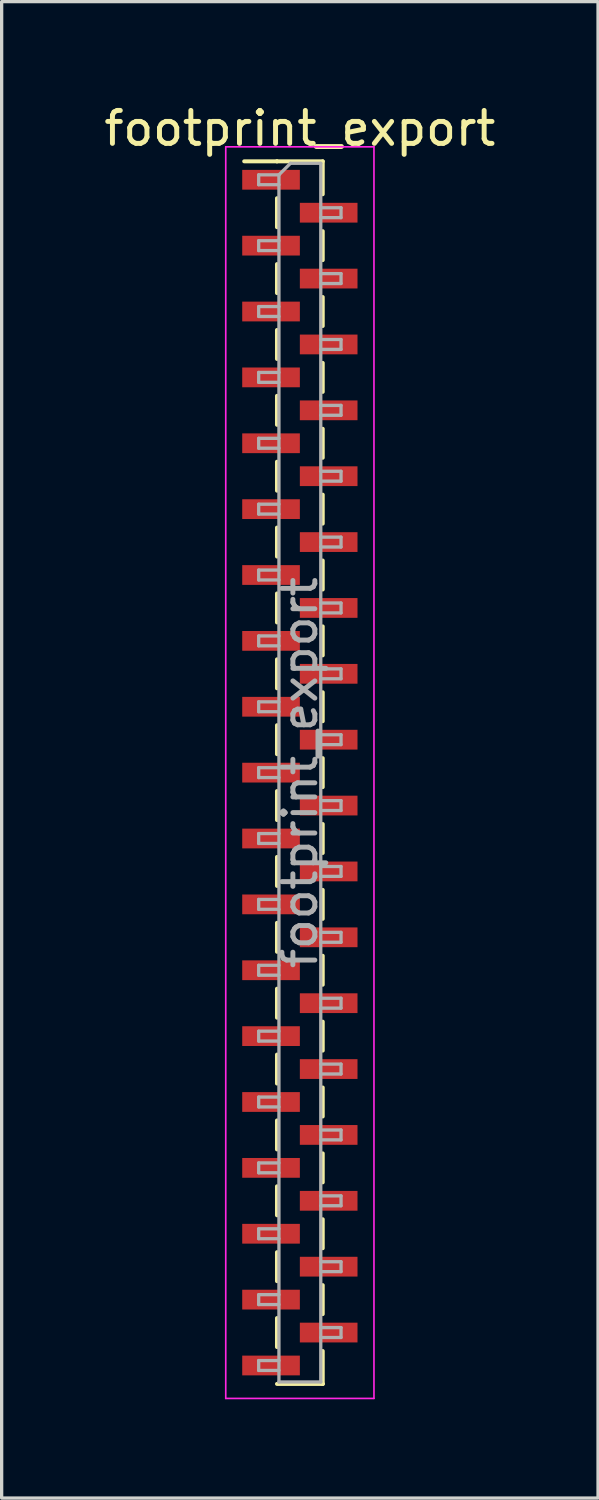
<source format=kicad_pcb>
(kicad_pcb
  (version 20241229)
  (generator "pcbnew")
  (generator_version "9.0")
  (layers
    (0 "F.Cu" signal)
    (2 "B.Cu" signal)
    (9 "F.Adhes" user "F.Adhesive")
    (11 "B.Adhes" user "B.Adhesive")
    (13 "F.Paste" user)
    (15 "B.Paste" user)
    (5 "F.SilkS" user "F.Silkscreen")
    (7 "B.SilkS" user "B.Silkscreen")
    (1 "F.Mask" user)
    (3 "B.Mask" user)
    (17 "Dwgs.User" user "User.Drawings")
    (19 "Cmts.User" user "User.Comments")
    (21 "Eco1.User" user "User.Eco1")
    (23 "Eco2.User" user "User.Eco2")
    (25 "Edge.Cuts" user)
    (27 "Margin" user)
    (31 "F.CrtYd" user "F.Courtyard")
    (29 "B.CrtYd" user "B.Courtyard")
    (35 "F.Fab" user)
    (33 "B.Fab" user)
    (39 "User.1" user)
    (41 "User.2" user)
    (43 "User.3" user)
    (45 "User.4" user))
  (footprint "footprint_export"
    (layer "F.Cu")
    (at 6.054 20.408)
    (property "Reference" "footprint_export" (at 0 -19.56 0) (layer "F.SilkS") (effects (font (size 1 1) (thickness 0.15))))
    (attr smd)
    (fp_line (start -0.695 -18.56) (end -1.69 -18.56) (stroke (width 0.12) (type solid)) (layer "F.SilkS"))
    (fp_line (start -0.695 -18.56) (end -0.695 -18.56) (stroke (width 0.12) (type solid)) (layer "F.SilkS"))
    (fp_line (start -0.695 -18.56) (end 0.695 -18.56) (stroke (width 0.12) (type solid)) (layer "F.SilkS"))
    (fp_line (start -0.695 -17.44) (end -0.695 -16.56) (stroke (width 0.12) (type solid)) (layer "F.SilkS"))
    (fp_line (start -0.695 -15.44) (end -0.695 -14.56) (stroke (width 0.12) (type solid)) (layer "F.SilkS"))
    (fp_line (start -0.695 -13.44) (end -0.695 -12.56) (stroke (width 0.12) (type solid)) (layer "F.SilkS"))
    (fp_line (start -0.695 -11.44) (end -0.695 -10.56) (stroke (width 0.12) (type solid)) (layer "F.SilkS"))
    (fp_line (start -0.695 -9.44) (end -0.695 -8.56) (stroke (width 0.12) (type solid)) (layer "F.SilkS"))
    (fp_line (start -0.695 -7.44) (end -0.695 -6.56) (stroke (width 0.12) (type solid)) (layer "F.SilkS"))
    (fp_line (start -0.695 -5.44) (end -0.695 -4.56) (stroke (width 0.12) (type solid)) (layer "F.SilkS"))
    (fp_line (start -0.695 -3.44) (end -0.695 -2.56) (stroke (width 0.12) (type solid)) (layer "F.SilkS"))
    (fp_line (start -0.695 -1.44) (end -0.695 -0.56) (stroke (width 0.12) (type solid)) (layer "F.SilkS"))
    (fp_line (start -0.695 0.56) (end -0.695 1.44) (stroke (width 0.12) (type solid)) (layer "F.SilkS"))
    (fp_line (start -0.695 2.56) (end -0.695 3.44) (stroke (width 0.12) (type solid)) (layer "F.SilkS"))
    (fp_line (start -0.695 4.56) (end -0.695 5.44) (stroke (width 0.12) (type solid)) (layer "F.SilkS"))
    (fp_line (start -0.695 6.56) (end -0.695 7.44) (stroke (width 0.12) (type solid)) (layer "F.SilkS"))
    (fp_line (start -0.695 8.56) (end -0.695 9.44) (stroke (width 0.12) (type solid)) (layer "F.SilkS"))
    (fp_line (start -0.695 10.56) (end -0.695 11.44) (stroke (width 0.12) (type solid)) (layer "F.SilkS"))
    (fp_line (start -0.695 12.56) (end -0.695 13.44) (stroke (width 0.12) (type solid)) (layer "F.SilkS"))
    (fp_line (start -0.695 14.56) (end -0.695 15.44) (stroke (width 0.12) (type solid)) (layer "F.SilkS"))
    (fp_line (start -0.695 16.56) (end -0.695 17.44) (stroke (width 0.12) (type solid)) (layer "F.SilkS"))
    (fp_line (start -0.695 18.56) (end 0.695 18.56) (stroke (width 0.12) (type solid)) (layer "F.SilkS"))
    (fp_line (start 0.695 -18.56) (end 0.695 -17.56) (stroke (width 0.12) (type solid)) (layer "F.SilkS"))
    (fp_line (start 0.695 -16.44) (end 0.695 -15.56) (stroke (width 0.12) (type solid)) (layer "F.SilkS"))
    (fp_line (start 0.695 -14.44) (end 0.695 -13.56) (stroke (width 0.12) (type solid)) (layer "F.SilkS"))
    (fp_line (start 0.695 -12.44) (end 0.695 -11.56) (stroke (width 0.12) (type solid)) (layer "F.SilkS"))
    (fp_line (start 0.695 -10.44) (end 0.695 -9.56) (stroke (width 0.12) (type solid)) (layer "F.SilkS"))
    (fp_line (start 0.695 -8.44) (end 0.695 -7.56) (stroke (width 0.12) (type solid)) (layer "F.SilkS"))
    (fp_line (start 0.695 -6.44) (end 0.695 -5.56) (stroke (width 0.12) (type solid)) (layer "F.SilkS"))
    (fp_line (start 0.695 -4.44) (end 0.695 -3.56) (stroke (width 0.12) (type solid)) (layer "F.SilkS"))
    (fp_line (start 0.695 -2.44) (end 0.695 -1.56) (stroke (width 0.12) (type solid)) (layer "F.SilkS"))
    (fp_line (start 0.695 -0.44) (end 0.695 0.44) (stroke (width 0.12) (type solid)) (layer "F.SilkS"))
    (fp_line (start 0.695 1.56) (end 0.695 2.44) (stroke (width 0.12) (type solid)) (layer "F.SilkS"))
    (fp_line (start 0.695 3.56) (end 0.695 4.44) (stroke (width 0.12) (type solid)) (layer "F.SilkS"))
    (fp_line (start 0.695 5.56) (end 0.695 6.44) (stroke (width 0.12) (type solid)) (layer "F.SilkS"))
    (fp_line (start 0.695 7.56) (end 0.695 8.44) (stroke (width 0.12) (type solid)) (layer "F.SilkS"))
    (fp_line (start 0.695 9.56) (end 0.695 10.44) (stroke (width 0.12) (type solid)) (layer "F.SilkS"))
    (fp_line (start 0.695 11.56) (end 0.695 12.44) (stroke (width 0.12) (type solid)) (layer "F.SilkS"))
    (fp_line (start 0.695 13.56) (end 0.695 14.44) (stroke (width 0.12) (type solid)) (layer "F.SilkS"))
    (fp_line (start 0.695 15.56) (end 0.695 16.44) (stroke (width 0.12) (type solid)) (layer "F.SilkS"))
    (fp_line (start 0.695 17.56) (end 0.695 18.56) (stroke (width 0.12) (type solid)) (layer "F.SilkS"))
    (fp_line (start 0.695 18.56) (end 0.695 18.56) (stroke (width 0.12) (type solid)) (layer "F.SilkS"))
    (fp_line (start -2.25 -19) (end -2.25 19) (stroke (width 0.05) (type solid)) (layer "F.CrtYd"))
    (fp_line (start -2.25 19) (end 2.25 19) (stroke (width 0.05) (type solid)) (layer "F.CrtYd"))
    (fp_line (start 2.25 -19) (end -2.25 -19) (stroke (width 0.05) (type solid)) (layer "F.CrtYd"))
    (fp_line (start 2.25 19) (end 2.25 -19) (stroke (width 0.05) (type solid)) (layer "F.CrtYd"))
    (fp_line (start -1.25 -18.15) (end -1.25 -17.85) (stroke (width 0.1) (type solid)) (layer "F.Fab"))
    (fp_line (start -1.25 -17.85) (end -0.635 -17.85) (stroke (width 0.1) (type solid)) (layer "F.Fab"))
    (fp_line (start -1.25 -16.15) (end -1.25 -15.85) (stroke (width 0.1) (type solid)) (layer "F.Fab"))
    (fp_line (start -1.25 -15.85) (end -0.635 -15.85) (stroke (width 0.1) (type solid)) (layer "F.Fab"))
    (fp_line (start -1.25 -14.15) (end -1.25 -13.85) (stroke (width 0.1) (type solid)) (layer "F.Fab"))
    (fp_line (start -1.25 -13.85) (end -0.635 -13.85) (stroke (width 0.1) (type solid)) (layer "F.Fab"))
    (fp_line (start -1.25 -12.15) (end -1.25 -11.85) (stroke (width 0.1) (type solid)) (layer "F.Fab"))
    (fp_line (start -1.25 -11.85) (end -0.635 -11.85) (stroke (width 0.1) (type solid)) (layer "F.Fab"))
    (fp_line (start -1.25 -10.15) (end -1.25 -9.85) (stroke (width 0.1) (type solid)) (layer "F.Fab"))
    (fp_line (start -1.25 -9.85) (end -0.635 -9.85) (stroke (width 0.1) (type solid)) (layer "F.Fab"))
    (fp_line (start -1.25 -8.15) (end -1.25 -7.85) (stroke (width 0.1) (type solid)) (layer "F.Fab"))
    (fp_line (start -1.25 -7.85) (end -0.635 -7.85) (stroke (width 0.1) (type solid)) (layer "F.Fab"))
    (fp_line (start -1.25 -6.15) (end -1.25 -5.85) (stroke (width 0.1) (type solid)) (layer "F.Fab"))
    (fp_line (start -1.25 -5.85) (end -0.635 -5.85) (stroke (width 0.1) (type solid)) (layer "F.Fab"))
    (fp_line (start -1.25 -4.15) (end -1.25 -3.85) (stroke (width 0.1) (type solid)) (layer "F.Fab"))
    (fp_line (start -1.25 -3.85) (end -0.635 -3.85) (stroke (width 0.1) (type solid)) (layer "F.Fab"))
    (fp_line (start -1.25 -2.15) (end -1.25 -1.85) (stroke (width 0.1) (type solid)) (layer "F.Fab"))
    (fp_line (start -1.25 -1.85) (end -0.635 -1.85) (stroke (width 0.1) (type solid)) (layer "F.Fab"))
    (fp_line (start -1.25 -0.15) (end -1.25 0.15) (stroke (width 0.1) (type solid)) (layer "F.Fab"))
    (fp_line (start -1.25 0.15) (end -0.635 0.15) (stroke (width 0.1) (type solid)) (layer "F.Fab"))
    (fp_line (start -1.25 1.85) (end -1.25 2.15) (stroke (width 0.1) (type solid)) (layer "F.Fab"))
    (fp_line (start -1.25 2.15) (end -0.635 2.15) (stroke (width 0.1) (type solid)) (layer "F.Fab"))
    (fp_line (start -1.25 3.85) (end -1.25 4.15) (stroke (width 0.1) (type solid)) (layer "F.Fab"))
    (fp_line (start -1.25 4.15) (end -0.635 4.15) (stroke (width 0.1) (type solid)) (layer "F.Fab"))
    (fp_line (start -1.25 5.85) (end -1.25 6.15) (stroke (width 0.1) (type solid)) (layer "F.Fab"))
    (fp_line (start -1.25 6.15) (end -0.635 6.15) (stroke (width 0.1) (type solid)) (layer "F.Fab"))
    (fp_line (start -1.25 7.85) (end -1.25 8.15) (stroke (width 0.1) (type solid)) (layer "F.Fab"))
    (fp_line (start -1.25 8.15) (end -0.635 8.15) (stroke (width 0.1) (type solid)) (layer "F.Fab"))
    (fp_line (start -1.25 9.85) (end -1.25 10.15) (stroke (width 0.1) (type solid)) (layer "F.Fab"))
    (fp_line (start -1.25 10.15) (end -0.635 10.15) (stroke (width 0.1) (type solid)) (layer "F.Fab"))
    (fp_line (start -1.25 11.85) (end -1.25 12.15) (stroke (width 0.1) (type solid)) (layer "F.Fab"))
    (fp_line (start -1.25 12.15) (end -0.635 12.15) (stroke (width 0.1) (type solid)) (layer "F.Fab"))
    (fp_line (start -1.25 13.85) (end -1.25 14.15) (stroke (width 0.1) (type solid)) (layer "F.Fab"))
    (fp_line (start -1.25 14.15) (end -0.635 14.15) (stroke (width 0.1) (type solid)) (layer "F.Fab"))
    (fp_line (start -1.25 15.85) (end -1.25 16.15) (stroke (width 0.1) (type solid)) (layer "F.Fab"))
    (fp_line (start -1.25 16.15) (end -0.635 16.15) (stroke (width 0.1) (type solid)) (layer "F.Fab"))
    (fp_line (start -1.25 17.85) (end -1.25 18.15) (stroke (width 0.1) (type solid)) (layer "F.Fab"))
    (fp_line (start -1.25 18.15) (end -0.635 18.15) (stroke (width 0.1) (type solid)) (layer "F.Fab"))
    (fp_line (start -0.635 -18.15) (end -1.25 -18.15) (stroke (width 0.1) (type solid)) (layer "F.Fab"))
    (fp_line (start -0.635 -18.15) (end -0.285 -18.5) (stroke (width 0.1) (type solid)) (layer "F.Fab"))
    (fp_line (start -0.635 -16.15) (end -1.25 -16.15) (stroke (width 0.1) (type solid)) (layer "F.Fab"))
    (fp_line (start -0.635 -14.15) (end -1.25 -14.15) (stroke (width 0.1) (type solid)) (layer "F.Fab"))
    (fp_line (start -0.635 -12.15) (end -1.25 -12.15) (stroke (width 0.1) (type solid)) (layer "F.Fab"))
    (fp_line (start -0.635 -10.15) (end -1.25 -10.15) (stroke (width 0.1) (type solid)) (layer "F.Fab"))
    (fp_line (start -0.635 -8.15) (end -1.25 -8.15) (stroke (width 0.1) (type solid)) (layer "F.Fab"))
    (fp_line (start -0.635 -6.15) (end -1.25 -6.15) (stroke (width 0.1) (type solid)) (layer "F.Fab"))
    (fp_line (start -0.635 -4.15) (end -1.25 -4.15) (stroke (width 0.1) (type solid)) (layer "F.Fab"))
    (fp_line (start -0.635 -2.15) (end -1.25 -2.15) (stroke (width 0.1) (type solid)) (layer "F.Fab"))
    (fp_line (start -0.635 -0.15) (end -1.25 -0.15) (stroke (width 0.1) (type solid)) (layer "F.Fab"))
    (fp_line (start -0.635 1.85) (end -1.25 1.85) (stroke (width 0.1) (type solid)) (layer "F.Fab"))
    (fp_line (start -0.635 3.85) (end -1.25 3.85) (stroke (width 0.1) (type solid)) (layer "F.Fab"))
    (fp_line (start -0.635 5.85) (end -1.25 5.85) (stroke (width 0.1) (type solid)) (layer "F.Fab"))
    (fp_line (start -0.635 7.85) (end -1.25 7.85) (stroke (width 0.1) (type solid)) (layer "F.Fab"))
    (fp_line (start -0.635 9.85) (end -1.25 9.85) (stroke (width 0.1) (type solid)) (layer "F.Fab"))
    (fp_line (start -0.635 11.85) (end -1.25 11.85) (stroke (width 0.1) (type solid)) (layer "F.Fab"))
    (fp_line (start -0.635 13.85) (end -1.25 13.85) (stroke (width 0.1) (type solid)) (layer "F.Fab"))
    (fp_line (start -0.635 15.85) (end -1.25 15.85) (stroke (width 0.1) (type solid)) (layer "F.Fab"))
    (fp_line (start -0.635 17.85) (end -1.25 17.85) (stroke (width 0.1) (type solid)) (layer "F.Fab"))
    (fp_line (start -0.635 18.5) (end -0.635 -18.15) (stroke (width 0.1) (type solid)) (layer "F.Fab"))
    (fp_line (start -0.285 -18.5) (end 0.635 -18.5) (stroke (width 0.1) (type solid)) (layer "F.Fab"))
    (fp_line (start 0.635 -18.5) (end 0.635 18.5) (stroke (width 0.1) (type solid)) (layer "F.Fab"))
    (fp_line (start 0.635 -17.15) (end 1.25 -17.15) (stroke (width 0.1) (type solid)) (layer "F.Fab"))
    (fp_line (start 0.635 -15.15) (end 1.25 -15.15) (stroke (width 0.1) (type solid)) (layer "F.Fab"))
    (fp_line (start 0.635 -13.15) (end 1.25 -13.15) (stroke (width 0.1) (type solid)) (layer "F.Fab"))
    (fp_line (start 0.635 -11.15) (end 1.25 -11.15) (stroke (width 0.1) (type solid)) (layer "F.Fab"))
    (fp_line (start 0.635 -9.15) (end 1.25 -9.15) (stroke (width 0.1) (type solid)) (layer "F.Fab"))
    (fp_line (start 0.635 -7.15) (end 1.25 -7.15) (stroke (width 0.1) (type solid)) (layer "F.Fab"))
    (fp_line (start 0.635 -5.15) (end 1.25 -5.15) (stroke (width 0.1) (type solid)) (layer "F.Fab"))
    (fp_line (start 0.635 -3.15) (end 1.25 -3.15) (stroke (width 0.1) (type solid)) (layer "F.Fab"))
    (fp_line (start 0.635 -1.15) (end 1.25 -1.15) (stroke (width 0.1) (type solid)) (layer "F.Fab"))
    (fp_line (start 0.635 0.85) (end 1.25 0.85) (stroke (width 0.1) (type solid)) (layer "F.Fab"))
    (fp_line (start 0.635 2.85) (end 1.25 2.85) (stroke (width 0.1) (type solid)) (layer "F.Fab"))
    (fp_line (start 0.635 4.85) (end 1.25 4.85) (stroke (width 0.1) (type solid)) (layer "F.Fab"))
    (fp_line (start 0.635 6.85) (end 1.25 6.85) (stroke (width 0.1) (type solid)) (layer "F.Fab"))
    (fp_line (start 0.635 8.85) (end 1.25 8.85) (stroke (width 0.1) (type solid)) (layer "F.Fab"))
    (fp_line (start 0.635 10.85) (end 1.25 10.85) (stroke (width 0.1) (type solid)) (layer "F.Fab"))
    (fp_line (start 0.635 12.85) (end 1.25 12.85) (stroke (width 0.1) (type solid)) (layer "F.Fab"))
    (fp_line (start 0.635 14.85) (end 1.25 14.85) (stroke (width 0.1) (type solid)) (layer "F.Fab"))
    (fp_line (start 0.635 16.85) (end 1.25 16.85) (stroke (width 0.1) (type solid)) (layer "F.Fab"))
    (fp_line (start 0.635 18.5) (end -0.635 18.5) (stroke (width 0.1) (type solid)) (layer "F.Fab"))
    (fp_line (start 1.25 -17.15) (end 1.25 -16.85) (stroke (width 0.1) (type solid)) (layer "F.Fab"))
    (fp_line (start 1.25 -16.85) (end 0.635 -16.85) (stroke (width 0.1) (type solid)) (layer "F.Fab"))
    (fp_line (start 1.25 -15.15) (end 1.25 -14.85) (stroke (width 0.1) (type solid)) (layer "F.Fab"))
    (fp_line (start 1.25 -14.85) (end 0.635 -14.85) (stroke (width 0.1) (type solid)) (layer "F.Fab"))
    (fp_line (start 1.25 -13.15) (end 1.25 -12.85) (stroke (width 0.1) (type solid)) (layer "F.Fab"))
    (fp_line (start 1.25 -12.85) (end 0.635 -12.85) (stroke (width 0.1) (type solid)) (layer "F.Fab"))
    (fp_line (start 1.25 -11.15) (end 1.25 -10.85) (stroke (width 0.1) (type solid)) (layer "F.Fab"))
    (fp_line (start 1.25 -10.85) (end 0.635 -10.85) (stroke (width 0.1) (type solid)) (layer "F.Fab"))
    (fp_line (start 1.25 -9.15) (end 1.25 -8.85) (stroke (width 0.1) (type solid)) (layer "F.Fab"))
    (fp_line (start 1.25 -8.85) (end 0.635 -8.85) (stroke (width 0.1) (type solid)) (layer "F.Fab"))
    (fp_line (start 1.25 -7.15) (end 1.25 -6.85) (stroke (width 0.1) (type solid)) (layer "F.Fab"))
    (fp_line (start 1.25 -6.85) (end 0.635 -6.85) (stroke (width 0.1) (type solid)) (layer "F.Fab"))
    (fp_line (start 1.25 -5.15) (end 1.25 -4.85) (stroke (width 0.1) (type solid)) (layer "F.Fab"))
    (fp_line (start 1.25 -4.85) (end 0.635 -4.85) (stroke (width 0.1) (type solid)) (layer "F.Fab"))
    (fp_line (start 1.25 -3.15) (end 1.25 -2.85) (stroke (width 0.1) (type solid)) (layer "F.Fab"))
    (fp_line (start 1.25 -2.85) (end 0.635 -2.85) (stroke (width 0.1) (type solid)) (layer "F.Fab"))
    (fp_line (start 1.25 -1.15) (end 1.25 -0.85) (stroke (width 0.1) (type solid)) (layer "F.Fab"))
    (fp_line (start 1.25 -0.85) (end 0.635 -0.85) (stroke (width 0.1) (type solid)) (layer "F.Fab"))
    (fp_line (start 1.25 0.85) (end 1.25 1.15) (stroke (width 0.1) (type solid)) (layer "F.Fab"))
    (fp_line (start 1.25 1.15) (end 0.635 1.15) (stroke (width 0.1) (type solid)) (layer "F.Fab"))
    (fp_line (start 1.25 2.85) (end 1.25 3.15) (stroke (width 0.1) (type solid)) (layer "F.Fab"))
    (fp_line (start 1.25 3.15) (end 0.635 3.15) (stroke (width 0.1) (type solid)) (layer "F.Fab"))
    (fp_line (start 1.25 4.85) (end 1.25 5.15) (stroke (width 0.1) (type solid)) (layer "F.Fab"))
    (fp_line (start 1.25 5.15) (end 0.635 5.15) (stroke (width 0.1) (type solid)) (layer "F.Fab"))
    (fp_line (start 1.25 6.85) (end 1.25 7.15) (stroke (width 0.1) (type solid)) (layer "F.Fab"))
    (fp_line (start 1.25 7.15) (end 0.635 7.15) (stroke (width 0.1) (type solid)) (layer "F.Fab"))
    (fp_line (start 1.25 8.85) (end 1.25 9.15) (stroke (width 0.1) (type solid)) (layer "F.Fab"))
    (fp_line (start 1.25 9.15) (end 0.635 9.15) (stroke (width 0.1) (type solid)) (layer "F.Fab"))
    (fp_line (start 1.25 10.85) (end 1.25 11.15) (stroke (width 0.1) (type solid)) (layer "F.Fab"))
    (fp_line (start 1.25 11.15) (end 0.635 11.15) (stroke (width 0.1) (type solid)) (layer "F.Fab"))
    (fp_line (start 1.25 12.85) (end 1.25 13.15) (stroke (width 0.1) (type solid)) (layer "F.Fab"))
    (fp_line (start 1.25 13.15) (end 0.635 13.15) (stroke (width 0.1) (type solid)) (layer "F.Fab"))
    (fp_line (start 1.25 14.85) (end 1.25 15.15) (stroke (width 0.1) (type solid)) (layer "F.Fab"))
    (fp_line (start 1.25 15.15) (end 0.635 15.15) (stroke (width 0.1) (type solid)) (layer "F.Fab"))
    (fp_line (start 1.25 16.85) (end 1.25 17.15) (stroke (width 0.1) (type solid)) (layer "F.Fab"))
    (fp_line (start 1.25 17.15) (end 0.635 17.15) (stroke (width 0.1) (type solid)) (layer "F.Fab"))
    (fp_text user "${REFERENCE}" (at 0 0 90) (layer "F.Fab") (effects (font (size 1 1) (thickness 0.15))))
    (pad "1" smd rect (at -0.875 -18) (size 1.75 0.6) (layers "F.Cu" "F.Mask" "F.Paste"))
    (pad "2" smd rect (at 0.875 -17) (size 1.75 0.6) (layers "F.Cu" "F.Mask" "F.Paste"))
    (pad "3" smd rect (at -0.875 -16) (size 1.75 0.6) (layers "F.Cu" "F.Mask" "F.Paste"))
    (pad "4" smd rect (at 0.875 -15) (size 1.75 0.6) (layers "F.Cu" "F.Mask" "F.Paste"))
    (pad "5" smd rect (at -0.875 -14) (size 1.75 0.6) (layers "F.Cu" "F.Mask" "F.Paste"))
    (pad "6" smd rect (at 0.875 -13) (size 1.75 0.6) (layers "F.Cu" "F.Mask" "F.Paste"))
    (pad "7" smd rect (at -0.875 -12) (size 1.75 0.6) (layers "F.Cu" "F.Mask" "F.Paste"))
    (pad "8" smd rect (at 0.875 -11) (size 1.75 0.6) (layers "F.Cu" "F.Mask" "F.Paste"))
    (pad "9" smd rect (at -0.875 -10) (size 1.75 0.6) (layers "F.Cu" "F.Mask" "F.Paste"))
    (pad "10" smd rect (at 0.875 -9) (size 1.75 0.6) (layers "F.Cu" "F.Mask" "F.Paste"))
    (pad "11" smd rect (at -0.875 -8) (size 1.75 0.6) (layers "F.Cu" "F.Mask" "F.Paste"))
    (pad "12" smd rect (at 0.875 -7) (size 1.75 0.6) (layers "F.Cu" "F.Mask" "F.Paste"))
    (pad "13" smd rect (at -0.875 -6) (size 1.75 0.6) (layers "F.Cu" "F.Mask" "F.Paste"))
    (pad "14" smd rect (at 0.875 -5) (size 1.75 0.6) (layers "F.Cu" "F.Mask" "F.Paste"))
    (pad "15" smd rect (at -0.875 -4) (size 1.75 0.6) (layers "F.Cu" "F.Mask" "F.Paste"))
    (pad "16" smd rect (at 0.875 -3) (size 1.75 0.6) (layers "F.Cu" "F.Mask" "F.Paste"))
    (pad "17" smd rect (at -0.875 -2) (size 1.75 0.6) (layers "F.Cu" "F.Mask" "F.Paste"))
    (pad "18" smd rect (at 0.875 -1) (size 1.75 0.6) (layers "F.Cu" "F.Mask" "F.Paste"))
    (pad "19" smd rect (at -0.875 0) (size 1.75 0.6) (layers "F.Cu" "F.Mask" "F.Paste"))
    (pad "20" smd rect (at 0.875 1) (size 1.75 0.6) (layers "F.Cu" "F.Mask" "F.Paste"))
    (pad "21" smd rect (at -0.875 2) (size 1.75 0.6) (layers "F.Cu" "F.Mask" "F.Paste"))
    (pad "22" smd rect (at 0.875 3) (size 1.75 0.6) (layers "F.Cu" "F.Mask" "F.Paste"))
    (pad "23" smd rect (at -0.875 4) (size 1.75 0.6) (layers "F.Cu" "F.Mask" "F.Paste"))
    (pad "24" smd rect (at 0.875 5) (size 1.75 0.6) (layers "F.Cu" "F.Mask" "F.Paste"))
    (pad "25" smd rect (at -0.875 6) (size 1.75 0.6) (layers "F.Cu" "F.Mask" "F.Paste"))
    (pad "26" smd rect (at 0.875 7) (size 1.75 0.6) (layers "F.Cu" "F.Mask" "F.Paste"))
    (pad "27" smd rect (at -0.875 8) (size 1.75 0.6) (layers "F.Cu" "F.Mask" "F.Paste"))
    (pad "28" smd rect (at 0.875 9) (size 1.75 0.6) (layers "F.Cu" "F.Mask" "F.Paste"))
    (pad "29" smd rect (at -0.875 10) (size 1.75 0.6) (layers "F.Cu" "F.Mask" "F.Paste"))
    (pad "30" smd rect (at 0.875 11) (size 1.75 0.6) (layers "F.Cu" "F.Mask" "F.Paste"))
    (pad "31" smd rect (at -0.875 12) (size 1.75 0.6) (layers "F.Cu" "F.Mask" "F.Paste"))
    (pad "32" smd rect (at 0.875 13) (size 1.75 0.6) (layers "F.Cu" "F.Mask" "F.Paste"))
    (pad "33" smd rect (at -0.875 14) (size 1.75 0.6) (layers "F.Cu" "F.Mask" "F.Paste"))
    (pad "34" smd rect (at 0.875 15) (size 1.75 0.6) (layers "F.Cu" "F.Mask" "F.Paste"))
    (pad "35" smd rect (at -0.875 16) (size 1.75 0.6) (layers "F.Cu" "F.Mask" "F.Paste"))
    (pad "36" smd rect (at 0.875 17) (size 1.75 0.6) (layers "F.Cu" "F.Mask" "F.Paste"))
    (pad "37" smd rect (at -0.875 18) (size 1.75 0.6) (layers "F.Cu" "F.Mask" "F.Paste")))
  (gr_rect
    (start -3 -3)
    (end 15.107 42.433)
    (stroke (width 0.1) (type default))
    (fill no)
    (layer "Edge.Cuts")))
</source>
